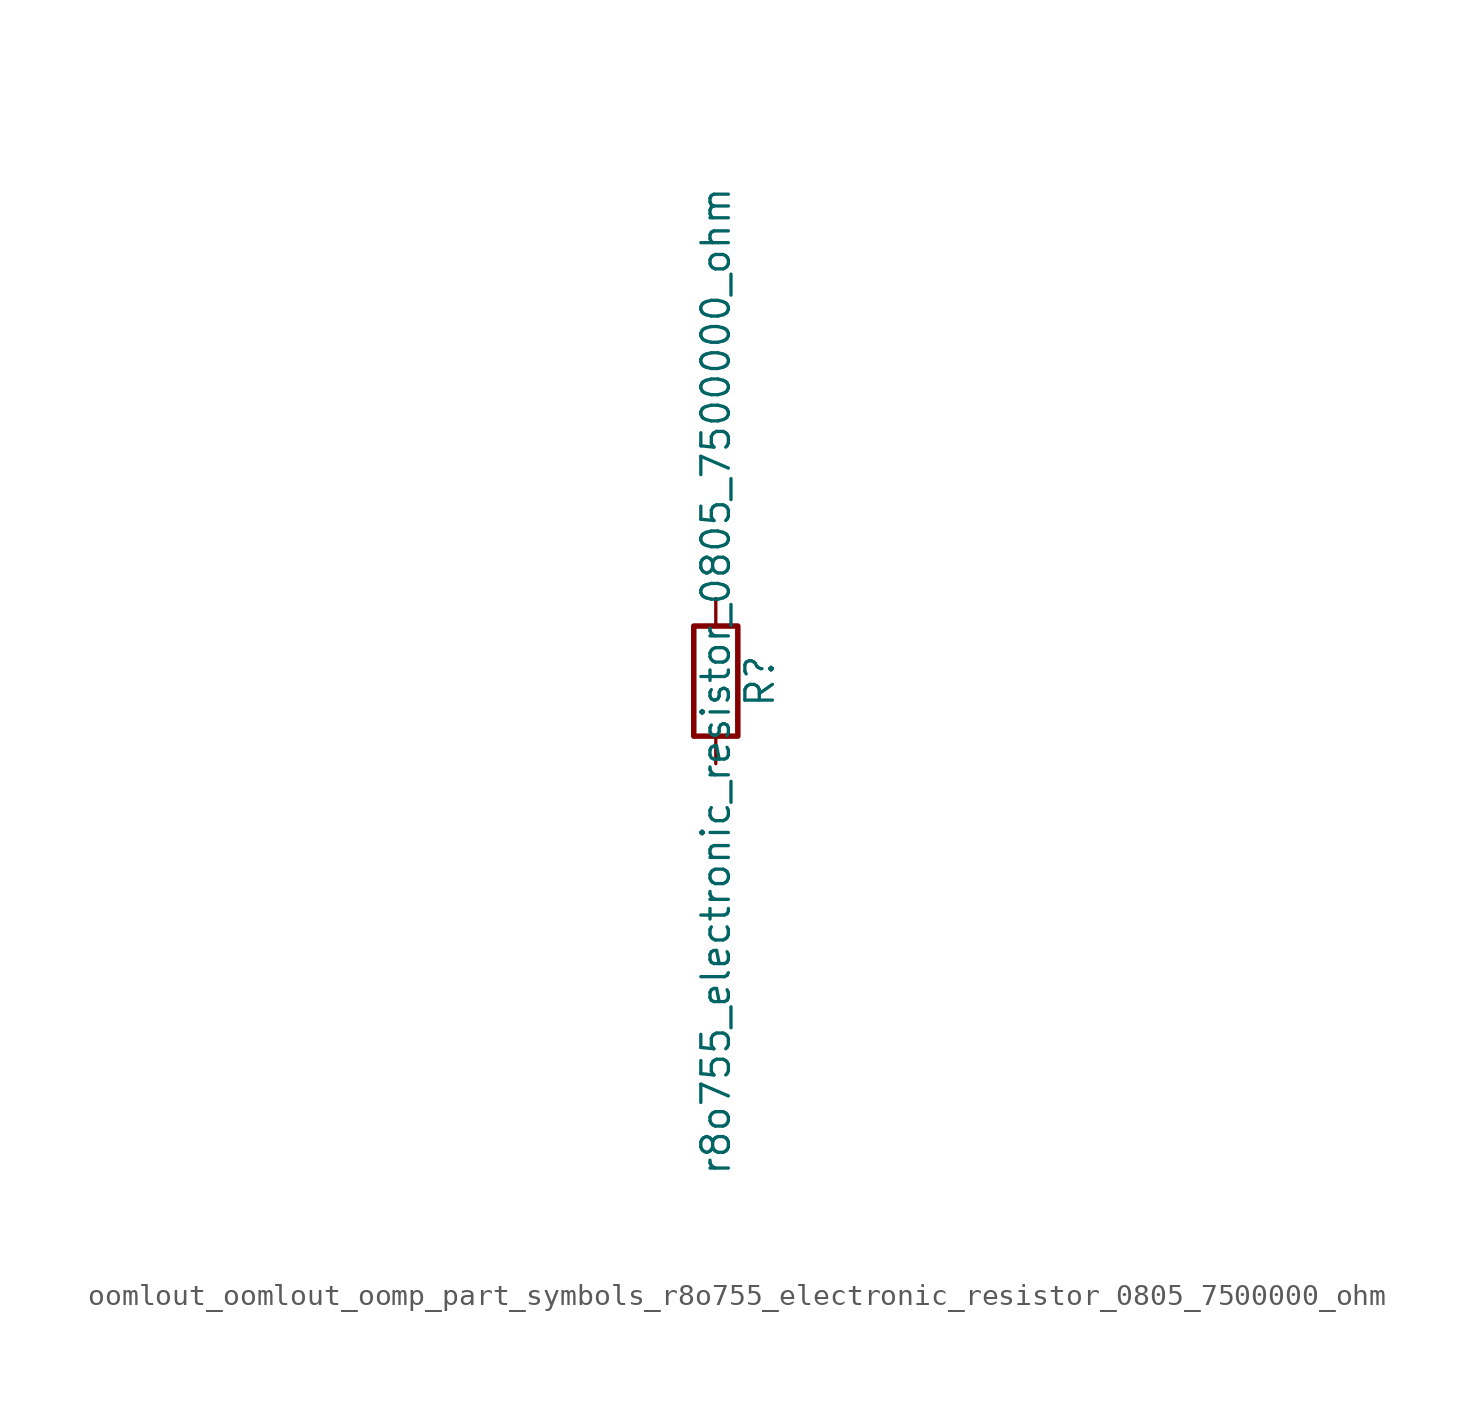
<source format=kicad_sym>
(kicad_symbol_lib
  (version 20220914)
  (generator kicad_symbol_editor)
  (symbol "oomlout_oomlout_oomp_part_symbols_r8o755_electronic_resistor_0805_7500000_ohm"
    (pin_numbers hide)
    (pin_names
      (offset 0))
    (property "Reference" "R"
      (at 2.032 0 90)
      (effects (font (size 1.27 1.27))))
    (property "Value" "r8o755_electronic_resistor_0805_7500000_ohm"
      (at 0 0 90)
      (effects (font (size 1.27 1.27))))
    (symbol "oomlout_oomlout_oomp_part_symbols_r8o755_electronic_resistor_0805_7500000_ohm_0_1"
      (rectangle (start -1.016 -2.54) (end 1.016 2.54) (stroke (width 0.254) (type default)) (fill (type none))))
    (symbol "oomlout_oomlout_oomp_part_symbols_r8o755_electronic_resistor_0805_7500000_ohm_1_1"
      (pin passive line (at 0 3.81 270) (length 1.27) (name "~" (effects (font (size 1.27 1.27)))) (number "1" (effects (font (size 1.27 1.27)))))
      (pin passive line (at 0 -3.81 90) (length 1.27) (name "~" (effects (font (size 1.27 1.27)))) (number "2" (effects (font (size 1.27 1.27))))))))
</source>
